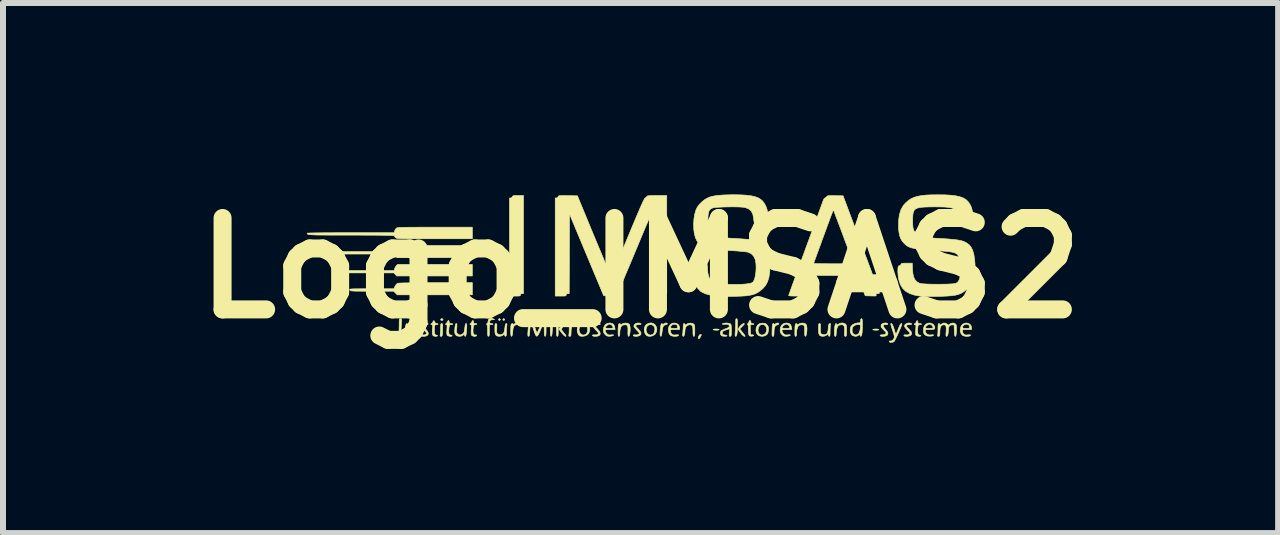
<source format=kicad_pcb>
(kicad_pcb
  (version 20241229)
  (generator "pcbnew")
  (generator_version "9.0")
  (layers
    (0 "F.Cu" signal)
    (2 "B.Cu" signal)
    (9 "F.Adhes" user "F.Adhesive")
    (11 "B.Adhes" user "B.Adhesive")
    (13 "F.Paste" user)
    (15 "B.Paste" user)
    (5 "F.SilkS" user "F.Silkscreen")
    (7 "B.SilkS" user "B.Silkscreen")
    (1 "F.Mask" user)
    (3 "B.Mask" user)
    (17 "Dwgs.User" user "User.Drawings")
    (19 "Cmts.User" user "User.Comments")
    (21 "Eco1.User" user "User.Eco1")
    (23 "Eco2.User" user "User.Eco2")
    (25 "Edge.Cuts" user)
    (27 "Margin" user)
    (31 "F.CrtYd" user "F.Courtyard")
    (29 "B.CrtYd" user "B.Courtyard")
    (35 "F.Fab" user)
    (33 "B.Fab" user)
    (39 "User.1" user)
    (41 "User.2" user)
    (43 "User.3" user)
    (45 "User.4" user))
  (footprint "Logo_IMSAS2"
    (layer "F.Cu")
    (at 7.627 1.418)
    (property "Reference" "Logo_IMSAS2" (at 0 0 0) (layer "F.SilkS") (effects (font (size 1.524 1.524) (thickness 0.3))))
    (attr through_hole)
    (fp_poly (pts (xy -3.296 0.85) (xy -3.292 0.859) (xy -3.3 0.871) (xy -3.312 0.874) (xy -3.329 0.867) (xy -3.332 0.859) (xy -3.324 0.846) (xy -3.312 0.843) (xy -3.296 0.85)) (stroke (width 0.01) (type solid)) (fill yes) (layer "F.SilkS"))
    (fp_poly (pts (xy -2.339 0.851) (xy -2.337 0.859) (xy -2.345 0.872) (xy -2.352 0.874) (xy -2.366 0.866) (xy -2.367 0.859) (xy -2.359 0.845) (xy -2.352 0.843) (xy -2.339 0.851)) (stroke (width 0.01) (type solid)) (fill yes) (layer "F.SilkS"))
    (fp_poly (pts (xy -2.267 0.851) (xy -2.266 0.859) (xy -2.274 0.872) (xy -2.281 0.874) (xy -2.294 0.866) (xy -2.296 0.859) (xy -2.288 0.845) (xy -2.281 0.843) (xy -2.267 0.851)) (stroke (width 0.01) (type solid)) (fill yes) (layer "F.SilkS"))
    (fp_poly (pts (xy -1.465 0.851) (xy -1.463 0.859) (xy -1.471 0.872) (xy -1.478 0.874) (xy -1.492 0.866) (xy -1.494 0.859) (xy -1.485 0.845) (xy -1.478 0.843) (xy -1.465 0.851)) (stroke (width 0.01) (type solid)) (fill yes) (layer "F.SilkS"))
    (fp_poly (pts (xy 1.013 1.111) (xy 1.014 1.115) (xy 0.996 1.15) (xy 0.984 1.17) (xy 0.974 1.178) (xy 0.97 1.179) (xy 0.962 1.174) (xy 0.964 1.157) (xy 0.968 1.143) (xy 0.981 1.116) (xy 0.998 1.107) (xy 1.013 1.111)) (stroke (width 0.01) (type solid)) (fill yes) (layer "F.SilkS"))
    (fp_poly (pts (xy 1.289 1.018) (xy 1.307 1.022) (xy 1.311 1.026) (xy 1.302 1.032) (xy 1.278 1.036) (xy 1.26 1.036) (xy 1.231 1.034) (xy 1.212 1.03) (xy 1.209 1.026) (xy 1.218 1.02) (xy 1.242 1.017) (xy 1.26 1.016) (xy 1.289 1.018)) (stroke (width 0.01) (type solid)) (fill yes) (layer "F.SilkS"))
    (fp_poly (pts (xy 3.951 1.018) (xy 3.969 1.022) (xy 3.973 1.026) (xy 3.963 1.032) (xy 3.94 1.036) (xy 3.922 1.036) (xy 3.893 1.034) (xy 3.874 1.03) (xy 3.871 1.026) (xy 3.88 1.02) (xy 3.903 1.017) (xy 3.922 1.016) (xy 3.951 1.018)) (stroke (width 0.01) (type solid)) (fill yes) (layer "F.SilkS"))
    (fp_poly (pts (xy -1.951 0.427) (xy -1.976 0.427) (xy -1.996 0.431) (xy -2.002 0.447) (xy -2.003 0.457) (xy -2.01 0.463) (xy -2.027 0.466) (xy -2.057 0.467) (xy -2.093 0.467) (xy -2.184 0.467) (xy -2.184 -1.168) (xy -2.163 -1.168) (xy -2.143 -1.177) (xy -2.137 -1.189) (xy -2.132 -1.198) (xy -2.122 -1.205) (xy -2.103 -1.208) (xy -2.071 -1.209) (xy -2.041 -1.209) (xy -1.951 -1.209) (xy -1.951 0.427)) (stroke (width 0.01) (type solid)) (fill yes) (layer "F.SilkS"))
    (fp_poly (pts (xy -1.468 0.926) (xy -1.467 0.938) (xy -1.467 0.965) (xy -1.468 1.003) (xy -1.47 1.034) (xy -1.474 1.084) (xy -1.478 1.117) (xy -1.484 1.134) (xy -1.49 1.138) (xy -1.497 1.133) (xy -1.501 1.117) (xy -1.503 1.087) (xy -1.504 1.039) (xy -1.504 1.036) (xy -1.503 0.988) (xy -1.501 0.956) (xy -1.497 0.938) (xy -1.49 0.929) (xy -1.488 0.928) (xy -1.472 0.925) (xy -1.468 0.926)) (stroke (width 0.01) (type solid)) (fill yes) (layer "F.SilkS"))
    (fp_poly (pts (xy 1.607 0.847) (xy 1.612 0.859) (xy 1.614 0.884) (xy 1.615 0.924) (xy 1.615 0.943) (xy 1.614 1.019) (xy 1.611 1.076) (xy 1.604 1.114) (xy 1.595 1.134) (xy 1.587 1.138) (xy 1.579 1.135) (xy 1.576 1.123) (xy 1.576 1.097) (xy 1.578 1.069) (xy 1.582 1.022) (xy 1.584 0.968) (xy 1.585 0.922) (xy 1.586 0.881) (xy 1.588 0.857) (xy 1.594 0.845) (xy 1.6 0.843) (xy 1.607 0.847)) (stroke (width 0.01) (type solid)) (fill yes) (layer "F.SilkS"))
    (fp_poly (pts (xy -1.366 0.846) (xy -1.362 0.859) (xy -1.363 0.884) (xy -1.365 0.912) (xy -1.368 0.959) (xy -1.371 1.014) (xy -1.372 1.059) (xy -1.372 1.1) (xy -1.375 1.124) (xy -1.381 1.136) (xy -1.387 1.138) (xy -1.394 1.135) (xy -1.398 1.123) (xy -1.401 1.099) (xy -1.402 1.06) (xy -1.402 1.029) (xy -1.401 0.958) (xy -1.398 0.906) (xy -1.393 0.87) (xy -1.385 0.85) (xy -1.375 0.843) (xy -1.374 0.843) (xy -1.366 0.846)) (stroke (width 0.01) (type solid)) (fill yes) (layer "F.SilkS"))
    (fp_poly (pts (xy -3.307 0.926) (xy -3.302 0.934) (xy -3.299 0.952) (xy -3.299 0.982) (xy -3.3 1.03) (xy -3.3 1.031) (xy -3.302 1.079) (xy -3.304 1.11) (xy -3.307 1.127) (xy -3.313 1.136) (xy -3.322 1.138) (xy -3.324 1.138) (xy -3.338 1.135) (xy -3.341 1.123) (xy -3.339 1.106) (xy -3.336 1.08) (xy -3.333 1.042) (xy -3.332 1) (xy -3.332 0.999) (xy -3.332 0.961) (xy -3.329 0.938) (xy -3.324 0.927) (xy -3.315 0.925) (xy -3.315 0.925) (xy -3.307 0.926)) (stroke (width 0.01) (type solid)) (fill yes) (layer "F.SilkS"))
    (fp_poly (pts (xy -1.259 0.928) (xy -1.262 0.938) (xy -1.277 0.959) (xy -1.285 0.969) (xy -1.304 0.994) (xy -1.318 1.014) (xy -1.321 1.021) (xy -1.315 1.032) (xy -1.299 1.054) (xy -1.28 1.077) (xy -1.255 1.107) (xy -1.243 1.126) (xy -1.242 1.135) (xy -1.251 1.138) (xy -1.254 1.138) (xy -1.267 1.13) (xy -1.288 1.11) (xy -1.312 1.082) (xy -1.316 1.077) (xy -1.363 1.015) (xy -1.324 0.971) (xy -1.3 0.946) (xy -1.278 0.93) (xy -1.267 0.926) (xy -1.259 0.928)) (stroke (width 0.01) (type solid)) (fill yes) (layer "F.SilkS"))
    (fp_poly (pts (xy 1.73 0.926) (xy 1.729 0.934) (xy 1.716 0.95) (xy 1.697 0.97) (xy 1.653 1.015) (xy 1.692 1.064) (xy 1.72 1.098) (xy 1.736 1.12) (xy 1.743 1.132) (xy 1.743 1.137) (xy 1.736 1.138) (xy 1.731 1.138) (xy 1.713 1.13) (xy 1.69 1.108) (xy 1.673 1.087) (xy 1.652 1.058) (xy 1.636 1.034) (xy 1.63 1.023) (xy 1.633 1.007) (xy 1.648 0.984) (xy 1.669 0.959) (xy 1.693 0.938) (xy 1.713 0.926) (xy 1.72 0.925) (xy 1.73 0.926)) (stroke (width 0.01) (type solid)) (fill yes) (layer "F.SilkS"))
    (fp_poly (pts (xy -3.991 0.844) (xy -3.985 0.85) (xy -3.983 0.865) (xy -3.984 0.892) (xy -3.986 0.927) (xy -3.989 0.977) (xy -3.992 1.029) (xy -3.993 1.073) (xy -3.993 1.074) (xy -3.993 1.109) (xy -3.996 1.128) (xy -4.003 1.136) (xy -4.015 1.138) (xy -4.028 1.136) (xy -4.033 1.125) (xy -4.03 1.101) (xy -4.03 1.1) (xy -4.027 1.074) (xy -4.025 1.033) (xy -4.024 0.985) (xy -4.023 0.953) (xy -4.023 0.904) (xy -4.022 0.873) (xy -4.019 0.855) (xy -4.014 0.846) (xy -4.006 0.843) (xy -4.002 0.843) (xy -3.991 0.844)) (stroke (width 0.01) (type solid)) (fill yes) (layer "F.SilkS"))
    (fp_poly (pts (xy -2.043 0.925) (xy -2.042 0.93) (xy -2.051 0.942) (xy -2.066 0.945) (xy -2.093 0.952) (xy -2.113 0.973) (xy -2.125 1.01) (xy -2.131 1.062) (xy -2.135 1.104) (xy -2.141 1.128) (xy -2.148 1.138) (xy -2.15 1.138) (xy -2.157 1.133) (xy -2.161 1.117) (xy -2.164 1.086) (xy -2.164 1.047) (xy -2.163 1.005) (xy -2.162 0.969) (xy -2.159 0.945) (xy -2.158 0.941) (xy -2.147 0.928) (xy -2.133 0.925) (xy -2.124 0.932) (xy -2.123 0.935) (xy -2.117 0.938) (xy -2.101 0.93) (xy -2.075 0.917) (xy -2.054 0.916) (xy -2.043 0.925)) (stroke (width 0.01) (type solid)) (fill yes) (layer "F.SilkS"))
    (fp_poly (pts (xy 0.446 0.925) (xy 0.447 0.93) (xy 0.438 0.942) (xy 0.423 0.945) (xy 0.398 0.951) (xy 0.379 0.97) (xy 0.367 1.004) (xy 0.36 1.057) (xy 0.359 1.06) (xy 0.354 1.103) (xy 0.348 1.129) (xy 0.34 1.138) (xy 0.339 1.138) (xy 0.329 1.128) (xy 0.325 1.1) (xy 0.325 1.1) (xy 0.327 1.047) (xy 0.331 0.999) (xy 0.337 0.96) (xy 0.344 0.934) (xy 0.352 0.925) (xy 0.352 0.925) (xy 0.365 0.931) (xy 0.366 0.935) (xy 0.373 0.938) (xy 0.388 0.93) (xy 0.414 0.917) (xy 0.435 0.916) (xy 0.446 0.925)) (stroke (width 0.01) (type solid)) (fill yes) (layer "F.SilkS"))
    (fp_poly (pts (xy 2.306 0.925) (xy 2.306 0.929) (xy 2.297 0.941) (xy 2.279 0.947) (xy 2.254 0.957) (xy 2.237 0.981) (xy 2.228 1.021) (xy 2.225 1.069) (xy 2.224 1.106) (xy 2.221 1.127) (xy 2.215 1.136) (xy 2.207 1.138) (xy 2.199 1.136) (xy 2.194 1.128) (xy 2.192 1.111) (xy 2.192 1.08) (xy 2.193 1.033) (xy 2.193 1.031) (xy 2.195 0.982) (xy 2.198 0.95) (xy 2.202 0.932) (xy 2.208 0.925) (xy 2.21 0.925) (xy 2.224 0.931) (xy 2.225 0.935) (xy 2.232 0.938) (xy 2.248 0.93) (xy 2.273 0.917) (xy 2.294 0.916) (xy 2.306 0.925)) (stroke (width 0.01) (type solid)) (fill yes) (layer "F.SilkS"))
    (fp_poly (pts (xy -1.078 0.925) (xy -1.077 0.93) (xy -1.086 0.942) (xy -1.102 0.945) (xy -1.128 0.952) (xy -1.146 0.974) (xy -1.155 1.013) (xy -1.158 1.064) (xy -1.159 1.102) (xy -1.161 1.124) (xy -1.166 1.135) (xy -1.176 1.138) (xy -1.18 1.138) (xy -1.195 1.134) (xy -1.196 1.119) (xy -1.195 1.115) (xy -1.192 1.094) (xy -1.19 1.06) (xy -1.189 1.018) (xy -1.189 1.008) (xy -1.188 0.966) (xy -1.186 0.94) (xy -1.181 0.928) (xy -1.173 0.925) (xy -1.16 0.93) (xy -1.158 0.935) (xy -1.151 0.938) (xy -1.136 0.93) (xy -1.11 0.917) (xy -1.089 0.916) (xy -1.078 0.925)) (stroke (width 0.01) (type solid)) (fill yes) (layer "F.SilkS"))
    (fp_poly (pts (xy 1.836 0.883) (xy 1.839 0.899) (xy 1.843 0.918) (xy 1.86 0.924) (xy 1.864 0.925) (xy 1.883 0.928) (xy 1.89 0.935) (xy 1.881 0.942) (xy 1.86 0.945) (xy 1.859 0.945) (xy 1.828 0.945) (xy 1.834 1.113) (xy 1.862 1.112) (xy 1.881 1.115) (xy 1.887 1.122) (xy 1.874 1.132) (xy 1.851 1.136) (xy 1.827 1.134) (xy 1.811 1.126) (xy 1.804 1.108) (xy 1.799 1.072) (xy 1.798 1.03) (xy 1.797 0.982) (xy 1.793 0.952) (xy 1.786 0.941) (xy 1.78 0.934) (xy 1.791 0.925) (xy 1.805 0.906) (xy 1.808 0.894) (xy 1.815 0.877) (xy 1.824 0.874) (xy 1.836 0.883)) (stroke (width 0.01) (type solid)) (fill yes) (layer "F.SilkS"))
    (fp_poly (pts (xy -2.804 0.132) (xy -4.065 0.132) (xy -4.112 0.081) (xy -4.584 0.081) (xy -4.695 0.081) (xy -4.786 0.081) (xy -4.861 0.081) (xy -4.921 0.08) (xy -4.968 0.079) (xy -5.003 0.078) (xy -5.029 0.076) (xy -5.047 0.074) (xy -5.059 0.071) (xy -5.067 0.068) (xy -5.073 0.063) (xy -5.075 0.061) (xy -5.079 0.056) (xy -5.08 0.052) (xy -5.078 0.049) (xy -5.07 0.047) (xy -5.054 0.045) (xy -5.03 0.043) (xy -4.995 0.042) (xy -4.948 0.041) (xy -4.887 0.041) (xy -4.811 0.041) (xy -4.718 0.041) (xy -4.607 0.041) (xy -4.107 0.041) (xy -4.1 0.013) (xy -4.088 -0.016) (xy -4.072 -0.038) (xy -4.05 -0.061) (xy -2.804 -0.061) (xy -2.804 0.132)) (stroke (width 0.01) (type solid)) (fill yes) (layer "F.SilkS"))
    (fp_poly (pts (xy -3.549 0.922) (xy -3.538 0.931) (xy -3.545 0.939) (xy -3.57 0.942) (xy -3.571 0.942) (xy -3.603 0.945) (xy -3.617 0.955) (xy -3.613 0.975) (xy -3.593 1.005) (xy -3.581 1.018) (xy -3.551 1.054) (xy -3.538 1.083) (xy -3.54 1.107) (xy -3.552 1.122) (xy -3.57 1.132) (xy -3.597 1.137) (xy -3.627 1.138) (xy -3.652 1.135) (xy -3.667 1.127) (xy -3.668 1.123) (xy -3.662 1.114) (xy -3.644 1.113) (xy -3.632 1.114) (xy -3.6 1.114) (xy -3.577 1.104) (xy -3.566 1.087) (xy -3.566 1.085) (xy -3.573 1.073) (xy -3.591 1.053) (xy -3.612 1.031) (xy -3.636 1.004) (xy -3.653 0.98) (xy -3.658 0.966) (xy -3.648 0.943) (xy -3.625 0.926) (xy -3.594 0.916) (xy -3.575 0.916) (xy -3.549 0.922)) (stroke (width 0.01) (type solid)) (fill yes) (layer "F.SilkS"))
    (fp_poly (pts (xy -2.461 0.844) (xy -2.433 0.858) (xy -2.47 0.861) (xy -2.498 0.867) (xy -2.511 0.881) (xy -2.513 0.886) (xy -2.515 0.911) (xy -2.502 0.923) (xy -2.484 0.925) (xy -2.465 0.928) (xy -2.459 0.935) (xy -2.468 0.942) (xy -2.489 0.945) (xy -2.489 0.945) (xy -2.52 0.945) (xy -2.52 1.041) (xy -2.52 1.087) (xy -2.522 1.117) (xy -2.526 1.132) (xy -2.533 1.138) (xy -2.535 1.138) (xy -2.542 1.134) (xy -2.547 1.122) (xy -2.549 1.096) (xy -2.55 1.055) (xy -2.55 1.042) (xy -2.551 0.991) (xy -2.555 0.959) (xy -2.561 0.943) (xy -2.563 0.941) (xy -2.568 0.934) (xy -2.558 0.925) (xy -2.544 0.906) (xy -2.54 0.883) (xy -2.532 0.855) (xy -2.511 0.838) (xy -2.481 0.837) (xy -2.461 0.844)) (stroke (width 0.01) (type solid)) (fill yes) (layer "F.SilkS"))
    (fp_poly (pts (xy -0.904 0.923) (xy -0.874 0.946) (xy -0.854 0.979) (xy -0.846 1.018) (xy -0.85 1.058) (xy -0.869 1.095) (xy -0.885 1.112) (xy -0.92 1.13) (xy -0.964 1.138) (xy -1.005 1.134) (xy -1.014 1.131) (xy -1.031 1.115) (xy -1.046 1.086) (xy -1.055 1.051) (xy -1.057 1.031) (xy -1.055 1.023) (xy -1.026 1.023) (xy -1.021 1.06) (xy -1.005 1.091) (xy -0.98 1.111) (xy -0.949 1.117) (xy -0.914 1.107) (xy -0.896 1.087) (xy -0.884 1.055) (xy -0.88 1.019) (xy -0.885 0.988) (xy -0.904 0.959) (xy -0.932 0.943) (xy -0.964 0.942) (xy -0.994 0.955) (xy -1.015 0.982) (xy -1.026 1.023) (xy -1.055 1.023) (xy -1.048 0.983) (xy -1.024 0.945) (xy -0.987 0.922) (xy -0.943 0.914) (xy -0.904 0.923)) (stroke (width 0.01) (type solid)) (fill yes) (layer "F.SilkS"))
    (fp_poly (pts (xy 4.095 0.916) (xy 4.115 0.923) (xy 4.123 0.934) (xy 4.118 0.942) (xy 4.103 0.944) (xy 4.066 0.944) (xy 4.047 0.951) (xy 4.046 0.968) (xy 4.061 0.995) (xy 4.084 1.022) (xy 4.113 1.058) (xy 4.124 1.087) (xy 4.118 1.11) (xy 4.109 1.122) (xy 4.091 1.131) (xy 4.064 1.137) (xy 4.034 1.138) (xy 4.009 1.136) (xy 3.994 1.128) (xy 3.993 1.124) (xy 4.002 1.115) (xy 4.028 1.112) (xy 4.035 1.112) (xy 4.068 1.109) (xy 4.086 1.097) (xy 4.088 1.094) (xy 4.093 1.081) (xy 4.087 1.067) (xy 4.067 1.046) (xy 4.062 1.041) (xy 4.038 1.017) (xy 4.019 0.994) (xy 4.013 0.986) (xy 4.008 0.959) (xy 4.019 0.936) (xy 4.044 0.921) (xy 4.079 0.915) (xy 4.095 0.916)) (stroke (width 0.01) (type solid)) (fill yes) (layer "F.SilkS"))
    (fp_poly (pts (xy -2.804 0.447) (xy -4.055 0.447) (xy -4.116 0.386) (xy -4.476 0.386) (xy -4.571 0.386) (xy -4.648 0.386) (xy -4.708 0.385) (xy -4.754 0.385) (xy -4.788 0.383) (xy -4.812 0.381) (xy -4.828 0.379) (xy -4.837 0.375) (xy -4.843 0.371) (xy -4.846 0.366) (xy -4.849 0.36) (xy -4.848 0.356) (xy -4.844 0.353) (xy -4.833 0.35) (xy -4.813 0.348) (xy -4.784 0.347) (xy -4.742 0.346) (xy -4.686 0.346) (xy -4.615 0.345) (xy -4.526 0.345) (xy -4.483 0.345) (xy -4.11 0.345) (xy -4.093 0.305) (xy -4.072 0.271) (xy -4.049 0.254) (xy -4.033 0.252) (xy -3.997 0.25) (xy -3.942 0.248) (xy -3.87 0.247) (xy -3.781 0.245) (xy -3.675 0.245) (xy -3.554 0.244) (xy -3.419 0.244) (xy -2.804 0.244) (xy -2.804 0.447)) (stroke (width 0.01) (type solid)) (fill yes) (layer "F.SilkS"))
    (fp_poly (pts (xy -0.014 0.918) (xy -0.006 0.921) (xy 0.009 0.93) (xy 0.006 0.939) (xy -0.013 0.943) (xy -0.024 0.943) (xy -0.058 0.946) (xy -0.078 0.956) (xy -0.081 0.965) (xy -0.075 0.977) (xy -0.057 0.997) (xy -0.036 1.019) (xy -0.005 1.054) (xy 0.008 1.082) (xy 0.005 1.105) (xy -0.008 1.121) (xy -0.028 1.131) (xy -0.056 1.137) (xy -0.085 1.138) (xy -0.109 1.135) (xy -0.121 1.126) (xy -0.122 1.123) (xy -0.117 1.114) (xy -0.098 1.113) (xy -0.086 1.114) (xy -0.055 1.114) (xy -0.031 1.104) (xy -0.02 1.087) (xy -0.02 1.085) (xy -0.027 1.074) (xy -0.045 1.054) (xy -0.066 1.032) (xy -0.09 1.005) (xy -0.107 0.981) (xy -0.112 0.967) (xy -0.103 0.943) (xy -0.08 0.925) (xy -0.048 0.916) (xy -0.014 0.918)) (stroke (width 0.01) (type solid)) (fill yes) (layer "F.SilkS"))
    (fp_poly (pts (xy 0.213 0.923) (xy 0.243 0.946) (xy 0.263 0.979) (xy 0.272 1.018) (xy 0.267 1.058) (xy 0.249 1.095) (xy 0.233 1.112) (xy 0.2 1.13) (xy 0.161 1.138) (xy 0.124 1.135) (xy 0.101 1.125) (xy 0.076 1.094) (xy 0.063 1.052) (xy 0.063 1.022) (xy 0.092 1.022) (xy 0.096 1.06) (xy 0.112 1.09) (xy 0.137 1.111) (xy 0.169 1.117) (xy 0.204 1.107) (xy 0.222 1.088) (xy 0.234 1.056) (xy 0.239 1.02) (xy 0.235 0.988) (xy 0.233 0.985) (xy 0.213 0.958) (xy 0.184 0.945) (xy 0.151 0.944) (xy 0.122 0.958) (xy 0.103 0.981) (xy 0.092 1.022) (xy 0.063 1.022) (xy 0.063 1.006) (xy 0.076 0.966) (xy 0.099 0.94) (xy 0.135 0.922) (xy 0.174 0.914) (xy 0.175 0.914) (xy 0.213 0.923)) (stroke (width 0.01) (type solid)) (fill yes) (layer "F.SilkS"))
    (fp_poly (pts (xy 4.497 0.918) (xy 4.505 0.921) (xy 4.52 0.93) (xy 4.517 0.939) (xy 4.498 0.943) (xy 4.487 0.943) (xy 4.453 0.946) (xy 4.433 0.956) (xy 4.43 0.965) (xy 4.436 0.977) (xy 4.454 0.997) (xy 4.475 1.019) (xy 4.506 1.054) (xy 4.519 1.082) (xy 4.516 1.105) (xy 4.503 1.121) (xy 4.483 1.131) (xy 4.455 1.137) (xy 4.426 1.138) (xy 4.402 1.135) (xy 4.39 1.126) (xy 4.389 1.123) (xy 4.394 1.114) (xy 4.413 1.113) (xy 4.425 1.114) (xy 4.456 1.114) (xy 4.48 1.104) (xy 4.491 1.087) (xy 4.491 1.085) (xy 4.484 1.074) (xy 4.466 1.054) (xy 4.445 1.032) (xy 4.421 1.005) (xy 4.404 0.981) (xy 4.399 0.967) (xy 4.408 0.943) (xy 4.431 0.925) (xy 4.463 0.916) (xy 4.497 0.918)) (stroke (width 0.01) (type solid)) (fill yes) (layer "F.SilkS"))
    (fp_poly (pts (xy -0.695 0.918) (xy -0.687 0.921) (xy -0.672 0.931) (xy -0.674 0.941) (xy -0.69 0.942) (xy -0.692 0.942) (xy -0.715 0.941) (xy -0.739 0.946) (xy -0.757 0.955) (xy -0.762 0.963) (xy -0.755 0.974) (xy -0.738 0.995) (xy -0.716 1.018) (xy -0.686 1.054) (xy -0.672 1.083) (xy -0.675 1.107) (xy -0.687 1.122) (xy -0.705 1.132) (xy -0.732 1.137) (xy -0.762 1.138) (xy -0.787 1.135) (xy -0.801 1.127) (xy -0.803 1.123) (xy -0.797 1.114) (xy -0.779 1.113) (xy -0.767 1.114) (xy -0.735 1.114) (xy -0.711 1.104) (xy -0.701 1.087) (xy -0.701 1.085) (xy -0.708 1.073) (xy -0.726 1.053) (xy -0.747 1.031) (xy -0.771 1.004) (xy -0.787 0.98) (xy -0.792 0.966) (xy -0.783 0.942) (xy -0.76 0.925) (xy -0.729 0.916) (xy -0.695 0.918)) (stroke (width 0.01) (type solid)) (fill yes) (layer "F.SilkS"))
    (fp_poly (pts (xy -3.434 0.888) (xy -3.432 0.896) (xy -3.423 0.915) (xy -3.401 0.923) (xy -3.378 0.929) (xy -3.375 0.938) (xy -3.389 0.944) (xy -3.402 0.945) (xy -3.418 0.946) (xy -3.427 0.951) (xy -3.432 0.966) (xy -3.435 0.995) (xy -3.436 1.013) (xy -3.438 1.063) (xy -3.432 1.096) (xy -3.42 1.113) (xy -3.403 1.118) (xy -3.387 1.122) (xy -3.383 1.128) (xy -3.392 1.135) (xy -3.414 1.138) (xy -3.418 1.138) (xy -3.449 1.133) (xy -3.465 1.117) (xy -3.47 1.093) (xy -3.471 1.053) (xy -3.469 1.021) (xy -3.466 0.982) (xy -3.466 0.959) (xy -3.469 0.948) (xy -3.477 0.945) (xy -3.478 0.945) (xy -3.493 0.94) (xy -3.495 0.935) (xy -3.487 0.926) (xy -3.481 0.925) (xy -3.468 0.916) (xy -3.463 0.902) (xy -3.455 0.882) (xy -3.444 0.877) (xy -3.434 0.888)) (stroke (width 0.01) (type solid)) (fill yes) (layer "F.SilkS"))
    (fp_poly (pts (xy -2.786 0.882) (xy -2.784 0.899) (xy -2.781 0.917) (xy -2.767 0.924) (xy -2.753 0.925) (xy -2.732 0.927) (xy -2.728 0.934) (xy -2.728 0.935) (xy -2.742 0.943) (xy -2.758 0.945) (xy -2.774 0.949) (xy -2.783 0.964) (xy -2.787 0.983) (xy -2.793 1.038) (xy -2.791 1.08) (xy -2.78 1.106) (xy -2.762 1.116) (xy -2.748 1.114) (xy -2.735 1.115) (xy -2.733 1.123) (xy -2.741 1.134) (xy -2.762 1.138) (xy -2.786 1.136) (xy -2.808 1.128) (xy -2.815 1.122) (xy -2.821 1.105) (xy -2.824 1.073) (xy -2.822 1.026) (xy -2.82 0.984) (xy -2.82 0.96) (xy -2.824 0.948) (xy -2.831 0.945) (xy -2.843 0.939) (xy -2.845 0.935) (xy -2.837 0.925) (xy -2.834 0.925) (xy -2.823 0.916) (xy -2.814 0.899) (xy -2.804 0.88) (xy -2.794 0.874) (xy -2.786 0.882)) (stroke (width 0.01) (type solid)) (fill yes) (layer "F.SilkS"))
    (fp_poly (pts (xy 2.067 0.921) (xy 2.089 0.929) (xy 2.108 0.947) (xy 2.11 0.949) (xy 2.125 0.97) (xy 2.132 0.991) (xy 2.132 1.02) (xy 2.131 1.035) (xy 2.126 1.072) (xy 2.116 1.096) (xy 2.099 1.114) (xy 2.063 1.133) (xy 2.02 1.138) (xy 1.978 1.129) (xy 1.958 1.117) (xy 1.933 1.086) (xy 1.923 1.045) (xy 1.924 1.04) (xy 1.958 1.04) (xy 1.966 1.078) (xy 1.986 1.104) (xy 2.015 1.117) (xy 2.048 1.113) (xy 2.078 1.093) (xy 2.098 1.061) (xy 2.104 1.024) (xy 2.097 0.988) (xy 2.079 0.959) (xy 2.057 0.945) (xy 2.021 0.94) (xy 1.991 0.953) (xy 1.97 0.981) (xy 1.959 1.023) (xy 1.958 1.04) (xy 1.924 1.04) (xy 1.928 0.999) (xy 1.93 0.992) (xy 1.949 0.953) (xy 1.978 0.929) (xy 2.019 0.92) (xy 2.034 0.919) (xy 2.067 0.921)) (stroke (width 0.01) (type solid)) (fill yes) (layer "F.SilkS"))
    (fp_poly (pts (xy -3.783 0.918) (xy -3.753 0.926) (xy -3.734 0.941) (xy -3.723 0.967) (xy -3.719 1.007) (xy -3.719 1.032) (xy -3.72 1.082) (xy -3.724 1.114) (xy -3.731 1.132) (xy -3.742 1.138) (xy -3.745 1.138) (xy -3.752 1.134) (xy -3.755 1.119) (xy -3.755 1.091) (xy -3.752 1.059) (xy -3.751 1.008) (xy -3.757 0.974) (xy -3.77 0.954) (xy -3.794 0.946) (xy -3.806 0.945) (xy -3.842 0.952) (xy -3.868 0.976) (xy -3.884 1.015) (xy -3.891 1.072) (xy -3.891 1.09) (xy -3.893 1.121) (xy -3.899 1.135) (xy -3.907 1.138) (xy -3.915 1.134) (xy -3.919 1.119) (xy -3.921 1.091) (xy -3.922 1.063) (xy -3.92 1) (xy -3.915 0.956) (xy -3.905 0.931) (xy -3.895 0.925) (xy -3.883 0.933) (xy -3.881 0.94) (xy -3.878 0.948) (xy -3.866 0.944) (xy -3.851 0.934) (xy -3.824 0.918) (xy -3.793 0.916) (xy -3.783 0.918)) (stroke (width 0.01) (type solid)) (fill yes) (layer "F.SilkS"))
    (fp_poly (pts (xy -3.193 0.882) (xy -3.19 0.899) (xy -3.187 0.917) (xy -3.173 0.924) (xy -3.16 0.925) (xy -3.138 0.928) (xy -3.129 0.935) (xy -3.129 0.935) (xy -3.138 0.942) (xy -3.159 0.945) (xy -3.174 0.946) (xy -3.184 0.951) (xy -3.189 0.966) (xy -3.193 0.994) (xy -3.195 1.016) (xy -3.198 1.064) (xy -3.193 1.096) (xy -3.18 1.112) (xy -3.159 1.118) (xy -3.159 1.118) (xy -3.143 1.122) (xy -3.139 1.128) (xy -3.148 1.136) (xy -3.168 1.138) (xy -3.193 1.135) (xy -3.214 1.128) (xy -3.221 1.122) (xy -3.228 1.106) (xy -3.23 1.076) (xy -3.228 1.03) (xy -3.228 1.026) (xy -3.225 0.985) (xy -3.225 0.96) (xy -3.229 0.948) (xy -3.236 0.945) (xy -3.25 0.939) (xy -3.251 0.935) (xy -3.243 0.925) (xy -3.241 0.925) (xy -3.23 0.916) (xy -3.221 0.899) (xy -3.21 0.88) (xy -3.201 0.874) (xy -3.193 0.882)) (stroke (width 0.01) (type solid)) (fill yes) (layer "F.SilkS"))
    (fp_poly (pts (xy 4.621 0.886) (xy 4.623 0.898) (xy 4.626 0.917) (xy 4.639 0.924) (xy 4.653 0.925) (xy 4.675 0.928) (xy 4.684 0.935) (xy 4.684 0.935) (xy 4.675 0.942) (xy 4.655 0.945) (xy 4.639 0.946) (xy 4.63 0.952) (xy 4.625 0.967) (xy 4.621 0.997) (xy 4.619 1.012) (xy 4.618 1.063) (xy 4.624 1.097) (xy 4.638 1.114) (xy 4.654 1.118) (xy 4.67 1.122) (xy 4.674 1.128) (xy 4.665 1.135) (xy 4.645 1.138) (xy 4.62 1.135) (xy 4.6 1.128) (xy 4.592 1.123) (xy 4.586 1.107) (xy 4.584 1.078) (xy 4.586 1.034) (xy 4.587 1.026) (xy 4.59 0.985) (xy 4.59 0.961) (xy 4.587 0.949) (xy 4.58 0.945) (xy 4.578 0.945) (xy 4.564 0.94) (xy 4.562 0.935) (xy 4.57 0.926) (xy 4.576 0.925) (xy 4.589 0.916) (xy 4.594 0.902) (xy 4.602 0.882) (xy 4.613 0.876) (xy 4.621 0.886)) (stroke (width 0.01) (type solid)) (fill yes) (layer "F.SilkS"))
    (fp_poly (pts (xy -2.804 -0.173) (xy -4.055 -0.173) (xy -4.116 -0.234) (xy -4.71 -0.234) (xy -4.834 -0.234) (xy -4.94 -0.234) (xy -5.029 -0.234) (xy -5.102 -0.234) (xy -5.161 -0.235) (xy -5.207 -0.236) (xy -5.243 -0.237) (xy -5.269 -0.239) (xy -5.287 -0.241) (xy -5.299 -0.243) (xy -5.307 -0.246) (xy -5.311 -0.25) (xy -5.314 -0.254) (xy -5.316 -0.258) (xy -5.316 -0.262) (xy -5.312 -0.265) (xy -5.304 -0.267) (xy -5.289 -0.269) (xy -5.266 -0.271) (xy -5.234 -0.272) (xy -5.191 -0.273) (xy -5.136 -0.274) (xy -5.066 -0.274) (xy -4.982 -0.274) (xy -4.88 -0.274) (xy -4.76 -0.274) (xy -4.717 -0.274) (xy -4.11 -0.275) (xy -4.093 -0.315) (xy -4.072 -0.349) (xy -4.049 -0.366) (xy -4.033 -0.368) (xy -3.997 -0.37) (xy -3.942 -0.372) (xy -3.87 -0.373) (xy -3.781 -0.374) (xy -3.675 -0.375) (xy -3.554 -0.376) (xy -3.419 -0.376) (xy -2.804 -0.376) (xy -2.804 -0.173)) (stroke (width 0.01) (type solid)) (fill yes) (layer "F.SilkS"))
    (fp_poly (pts (xy -2.902 0.927) (xy -2.898 0.938) (xy -2.896 0.959) (xy -2.897 0.994) (xy -2.901 1.046) (xy -2.902 1.06) (xy -2.907 1.104) (xy -2.913 1.129) (xy -2.921 1.138) (xy -2.922 1.138) (xy -2.934 1.129) (xy -2.936 1.118) (xy -2.936 1.097) (xy -2.957 1.118) (xy -2.988 1.135) (xy -3.018 1.138) (xy -3.059 1.131) (xy -3.078 1.118) (xy -3.091 1.101) (xy -3.097 1.077) (xy -3.098 1.043) (xy -3.094 0.994) (xy -3.092 0.978) (xy -3.086 0.943) (xy -3.076 0.926) (xy -3.071 0.925) (xy -3.064 0.928) (xy -3.06 0.94) (xy -3.061 0.966) (xy -3.063 1) (xy -3.067 1.039) (xy -3.066 1.064) (xy -3.062 1.081) (xy -3.052 1.094) (xy -3.049 1.096) (xy -3.021 1.115) (xy -2.991 1.113) (xy -2.962 1.095) (xy -2.947 1.079) (xy -2.938 1.06) (xy -2.933 1.031) (xy -2.929 0.998) (xy -2.924 0.956) (xy -2.918 0.932) (xy -2.91 0.925) (xy -2.909 0.925) (xy -2.902 0.927)) (stroke (width 0.01) (type solid)) (fill yes) (layer "F.SilkS"))
    (fp_poly (pts (xy 3.411 0.93) (xy 3.411 0.93) (xy 3.422 0.939) (xy 3.429 0.952) (xy 3.432 0.972) (xy 3.434 1.004) (xy 3.434 1.042) (xy 3.434 1.087) (xy 3.432 1.115) (xy 3.429 1.131) (xy 3.422 1.137) (xy 3.415 1.138) (xy 3.406 1.136) (xy 3.401 1.128) (xy 3.399 1.108) (xy 3.401 1.074) (xy 3.401 1.063) (xy 3.402 1.011) (xy 3.397 0.976) (xy 3.385 0.955) (xy 3.364 0.946) (xy 3.349 0.945) (xy 3.32 0.949) (xy 3.298 0.958) (xy 3.283 0.979) (xy 3.271 1.016) (xy 3.263 1.063) (xy 3.262 1.095) (xy 3.259 1.124) (xy 3.252 1.137) (xy 3.246 1.138) (xy 3.237 1.133) (xy 3.232 1.115) (xy 3.231 1.085) (xy 3.233 1.028) (xy 3.237 0.98) (xy 3.244 0.946) (xy 3.253 0.927) (xy 3.258 0.925) (xy 3.27 0.933) (xy 3.272 0.941) (xy 3.274 0.949) (xy 3.285 0.946) (xy 3.298 0.935) (xy 3.335 0.918) (xy 3.375 0.916) (xy 3.411 0.93)) (stroke (width 0.01) (type solid)) (fill yes) (layer "F.SilkS"))
    (fp_poly (pts (xy 4.198 0.942) (xy 4.214 0.979) (xy 4.227 1.019) (xy 4.238 1.057) (xy 4.248 1.086) (xy 4.256 1.101) (xy 4.257 1.102) (xy 4.264 1.091) (xy 4.275 1.066) (xy 4.29 1.031) (xy 4.298 1.011) (xy 4.316 0.966) (xy 4.331 0.939) (xy 4.343 0.926) (xy 4.349 0.925) (xy 4.355 0.927) (xy 4.356 0.937) (xy 4.35 0.956) (xy 4.339 0.987) (xy 4.319 1.033) (xy 4.306 1.064) (xy 4.283 1.115) (xy 4.262 1.16) (xy 4.244 1.195) (xy 4.232 1.217) (xy 4.229 1.222) (xy 4.21 1.234) (xy 4.186 1.239) (xy 4.162 1.238) (xy 4.147 1.231) (xy 4.145 1.225) (xy 4.152 1.214) (xy 4.16 1.215) (xy 4.184 1.215) (xy 4.208 1.198) (xy 4.225 1.171) (xy 4.23 1.156) (xy 4.23 1.138) (xy 4.225 1.112) (xy 4.214 1.075) (xy 4.201 1.037) (xy 4.187 0.994) (xy 4.177 0.959) (xy 4.171 0.935) (xy 4.17 0.927) (xy 4.183 0.924) (xy 4.198 0.942)) (stroke (width 0.01) (type solid)) (fill yes) (layer "F.SilkS"))
    (fp_poly (pts (xy -0.222 0.919) (xy -0.194 0.932) (xy -0.183 0.945) (xy -0.176 0.969) (xy -0.173 1.002) (xy -0.173 1.041) (xy -0.177 1.079) (xy -0.183 1.111) (xy -0.191 1.132) (xy -0.199 1.138) (xy -0.206 1.133) (xy -0.209 1.115) (xy -0.211 1.082) (xy -0.21 1.051) (xy -0.21 1.003) (xy -0.214 0.972) (xy -0.225 0.954) (xy -0.243 0.947) (xy -0.271 0.947) (xy -0.274 0.947) (xy -0.301 0.953) (xy -0.318 0.968) (xy -0.328 0.986) (xy -0.34 1.023) (xy -0.345 1.07) (xy -0.345 1.079) (xy -0.347 1.114) (xy -0.351 1.132) (xy -0.36 1.138) (xy -0.361 1.138) (xy -0.368 1.135) (xy -0.372 1.124) (xy -0.374 1.102) (xy -0.374 1.065) (xy -0.374 1.034) (xy -0.372 0.986) (xy -0.369 0.955) (xy -0.365 0.937) (xy -0.359 0.929) (xy -0.353 0.926) (xy -0.338 0.93) (xy -0.335 0.94) (xy -0.334 0.951) (xy -0.325 0.946) (xy -0.32 0.941) (xy -0.292 0.924) (xy -0.257 0.917) (xy -0.222 0.919)) (stroke (width 0.01) (type solid)) (fill yes) (layer "F.SilkS"))
    (fp_poly (pts (xy 0.868 0.923) (xy 0.879 0.929) (xy 0.891 0.938) (xy 0.898 0.949) (xy 0.902 0.966) (xy 0.904 0.995) (xy 0.904 1.039) (xy 0.904 1.042) (xy 0.904 1.088) (xy 0.902 1.117) (xy 0.898 1.132) (xy 0.891 1.138) (xy 0.889 1.138) (xy 0.881 1.134) (xy 0.877 1.121) (xy 0.874 1.094) (xy 0.874 1.054) (xy 0.872 1.005) (xy 0.868 0.973) (xy 0.857 0.955) (xy 0.839 0.947) (xy 0.817 0.945) (xy 0.783 0.954) (xy 0.757 0.979) (xy 0.743 1.014) (xy 0.742 1.03) (xy 0.739 1.076) (xy 0.732 1.112) (xy 0.722 1.133) (xy 0.714 1.138) (xy 0.705 1.135) (xy 0.702 1.122) (xy 0.703 1.096) (xy 0.705 1.075) (xy 0.708 1.033) (xy 0.711 0.991) (xy 0.711 0.969) (xy 0.713 0.939) (xy 0.721 0.926) (xy 0.726 0.925) (xy 0.74 0.933) (xy 0.742 0.941) (xy 0.743 0.952) (xy 0.751 0.949) (xy 0.761 0.941) (xy 0.793 0.923) (xy 0.832 0.917) (xy 0.868 0.923)) (stroke (width 0.01) (type solid)) (fill yes) (layer "F.SilkS"))
    (fp_poly (pts (xy 2.724 0.919) (xy 2.752 0.932) (xy 2.763 0.945) (xy 2.77 0.969) (xy 2.774 1.002) (xy 2.773 1.041) (xy 2.77 1.079) (xy 2.764 1.111) (xy 2.755 1.132) (xy 2.748 1.138) (xy 2.741 1.133) (xy 2.737 1.115) (xy 2.736 1.082) (xy 2.736 1.051) (xy 2.736 1.003) (xy 2.732 0.972) (xy 2.722 0.954) (xy 2.703 0.947) (xy 2.675 0.947) (xy 2.672 0.947) (xy 2.646 0.953) (xy 2.629 0.968) (xy 2.619 0.986) (xy 2.607 1.023) (xy 2.601 1.07) (xy 2.601 1.079) (xy 2.6 1.114) (xy 2.595 1.132) (xy 2.587 1.138) (xy 2.585 1.138) (xy 2.578 1.135) (xy 2.574 1.124) (xy 2.572 1.102) (xy 2.572 1.065) (xy 2.573 1.034) (xy 2.574 0.986) (xy 2.577 0.955) (xy 2.581 0.937) (xy 2.587 0.929) (xy 2.593 0.926) (xy 2.608 0.93) (xy 2.611 0.94) (xy 2.613 0.951) (xy 2.621 0.946) (xy 2.626 0.941) (xy 2.655 0.924) (xy 2.69 0.917) (xy 2.724 0.919)) (stroke (width 0.01) (type solid)) (fill yes) (layer "F.SilkS"))
    (fp_poly (pts (xy -2.228 0.929) (xy -2.226 0.944) (xy -2.229 0.963) (xy -2.232 0.993) (xy -2.234 1.035) (xy -2.235 1.069) (xy -2.236 1.107) (xy -2.24 1.129) (xy -2.246 1.137) (xy -2.25 1.138) (xy -2.263 1.129) (xy -2.266 1.116) (xy -2.266 1.094) (xy -2.289 1.116) (xy -2.318 1.132) (xy -2.354 1.138) (xy -2.388 1.134) (xy -2.411 1.119) (xy -2.42 1.104) (xy -2.426 1.08) (xy -2.428 1.042) (xy -2.428 1.013) (xy -2.428 0.97) (xy -2.426 0.944) (xy -2.422 0.93) (xy -2.415 0.925) (xy -2.41 0.925) (xy -2.402 0.927) (xy -2.397 0.936) (xy -2.395 0.956) (xy -2.396 0.991) (xy -2.396 1.005) (xy -2.398 1.045) (xy -2.397 1.071) (xy -2.392 1.086) (xy -2.383 1.096) (xy -2.374 1.102) (xy -2.342 1.113) (xy -2.309 1.107) (xy -2.283 1.086) (xy -2.281 1.083) (xy -2.273 1.062) (xy -2.266 1.028) (xy -2.261 0.993) (xy -2.256 0.955) (xy -2.249 0.933) (xy -2.241 0.925) (xy -2.238 0.925) (xy -2.228 0.929)) (stroke (width 0.01) (type solid)) (fill yes) (layer "F.SilkS"))
    (fp_poly (pts (xy 2.993 0.927) (xy 2.998 0.936) (xy 3 0.956) (xy 2.999 0.992) (xy 2.999 1.005) (xy 2.998 1.046) (xy 2.999 1.071) (xy 3.004 1.086) (xy 3.013 1.097) (xy 3.021 1.102) (xy 3.053 1.113) (xy 3.087 1.107) (xy 3.111 1.09) (xy 3.118 1.072) (xy 3.125 1.041) (xy 3.129 1.003) (xy 3.129 1.002) (xy 3.133 0.963) (xy 3.138 0.941) (xy 3.145 0.93) (xy 3.154 0.926) (xy 3.167 0.927) (xy 3.168 0.94) (xy 3.166 0.946) (xy 3.163 0.968) (xy 3.161 1.002) (xy 3.16 1.044) (xy 3.16 1.054) (xy 3.159 1.097) (xy 3.157 1.122) (xy 3.152 1.135) (xy 3.145 1.138) (xy 3.132 1.129) (xy 3.129 1.117) (xy 3.129 1.096) (xy 3.103 1.117) (xy 3.07 1.133) (xy 3.034 1.138) (xy 3.001 1.131) (xy 2.984 1.119) (xy 2.975 1.104) (xy 2.969 1.08) (xy 2.967 1.042) (xy 2.967 1.013) (xy 2.967 0.97) (xy 2.969 0.943) (xy 2.973 0.93) (xy 2.98 0.925) (xy 2.985 0.925) (xy 2.993 0.927)) (stroke (width 0.01) (type solid)) (fill yes) (layer "F.SilkS"))
    (fp_poly (pts (xy -0.494 0.919) (xy -0.461 0.929) (xy -0.442 0.95) (xy -0.431 0.985) (xy -0.43 0.99) (xy -0.424 1.026) (xy -0.507 1.026) (xy -0.548 1.027) (xy -0.572 1.028) (xy -0.585 1.033) (xy -0.589 1.041) (xy -0.589 1.047) (xy -0.582 1.068) (xy -0.566 1.091) (xy -0.563 1.094) (xy -0.544 1.11) (xy -0.524 1.116) (xy -0.494 1.114) (xy -0.491 1.114) (xy -0.462 1.111) (xy -0.45 1.115) (xy -0.45 1.12) (xy -0.462 1.128) (xy -0.489 1.134) (xy -0.507 1.136) (xy -0.54 1.136) (xy -0.562 1.131) (xy -0.581 1.117) (xy -0.59 1.109) (xy -0.611 1.081) (xy -0.619 1.051) (xy -0.62 1.037) (xy -0.614 0.995) (xy -0.589 0.995) (xy -0.58 1.001) (xy -0.554 1.005) (xy -0.523 1.006) (xy -0.484 1.004) (xy -0.463 1) (xy -0.457 0.993) (xy -0.466 0.967) (xy -0.486 0.946) (xy -0.511 0.935) (xy -0.514 0.935) (xy -0.537 0.941) (xy -0.561 0.957) (xy -0.581 0.977) (xy -0.589 0.995) (xy -0.614 0.995) (xy -0.612 0.986) (xy -0.591 0.948) (xy -0.557 0.924) (xy -0.515 0.916) (xy -0.494 0.919)) (stroke (width 0.01) (type solid)) (fill yes) (layer "F.SilkS"))
    (fp_poly (pts (xy 0.602 0.924) (xy 0.631 0.943) (xy 0.648 0.972) (xy 0.65 0.991) (xy 0.65 1.026) (xy 0.574 1.026) (xy 0.535 1.026) (xy 0.513 1.028) (xy 0.502 1.033) (xy 0.498 1.043) (xy 0.498 1.052) (xy 0.505 1.077) (xy 0.519 1.099) (xy 0.537 1.112) (xy 0.557 1.116) (xy 0.59 1.114) (xy 0.59 1.114) (xy 0.619 1.112) (xy 0.633 1.114) (xy 0.634 1.122) (xy 0.633 1.123) (xy 0.62 1.133) (xy 0.594 1.137) (xy 0.561 1.138) (xy 0.529 1.133) (xy 0.503 1.124) (xy 0.5 1.122) (xy 0.477 1.094) (xy 0.465 1.056) (xy 0.464 1.013) (xy 0.469 0.994) (xy 0.499 0.994) (xy 0.516 1.003) (xy 0.552 1.006) (xy 0.559 1.006) (xy 0.593 1.005) (xy 0.611 1.002) (xy 0.618 0.995) (xy 0.62 0.981) (xy 0.62 0.981) (xy 0.611 0.956) (xy 0.59 0.94) (xy 0.562 0.936) (xy 0.533 0.944) (xy 0.518 0.955) (xy 0.5 0.978) (xy 0.499 0.994) (xy 0.469 0.994) (xy 0.475 0.973) (xy 0.497 0.94) (xy 0.497 0.94) (xy 0.531 0.921) (xy 0.568 0.916) (xy 0.602 0.924)) (stroke (width 0.01) (type solid)) (fill yes) (layer "F.SilkS"))
    (fp_poly (pts (xy 2.452 0.919) (xy 2.485 0.929) (xy 2.505 0.95) (xy 2.516 0.985) (xy 2.516 0.99) (xy 2.522 1.026) (xy 2.44 1.026) (xy 2.399 1.027) (xy 2.374 1.028) (xy 2.362 1.033) (xy 2.358 1.041) (xy 2.357 1.047) (xy 2.364 1.068) (xy 2.381 1.091) (xy 2.383 1.094) (xy 2.403 1.11) (xy 2.423 1.116) (xy 2.452 1.114) (xy 2.455 1.114) (xy 2.484 1.111) (xy 2.496 1.115) (xy 2.497 1.12) (xy 2.485 1.128) (xy 2.458 1.134) (xy 2.44 1.136) (xy 2.407 1.136) (xy 2.385 1.131) (xy 2.365 1.117) (xy 2.357 1.109) (xy 2.335 1.081) (xy 2.327 1.051) (xy 2.327 1.037) (xy 2.333 0.995) (xy 2.357 0.995) (xy 2.367 1.001) (xy 2.392 1.005) (xy 2.423 1.006) (xy 2.462 1.004) (xy 2.484 1) (xy 2.489 0.993) (xy 2.481 0.967) (xy 2.46 0.946) (xy 2.435 0.935) (xy 2.432 0.935) (xy 2.41 0.941) (xy 2.385 0.957) (xy 2.365 0.977) (xy 2.357 0.995) (xy 2.333 0.995) (xy 2.334 0.986) (xy 2.356 0.948) (xy 2.389 0.924) (xy 2.432 0.916) (xy 2.452 0.919)) (stroke (width 0.01) (type solid)) (fill yes) (layer "F.SilkS"))
    (fp_poly (pts (xy 5.469 0.924) (xy 5.497 0.943) (xy 5.514 0.972) (xy 5.517 0.991) (xy 5.517 1.026) (xy 5.441 1.026) (xy 5.402 1.026) (xy 5.379 1.028) (xy 5.368 1.033) (xy 5.365 1.043) (xy 5.364 1.052) (xy 5.372 1.077) (xy 5.386 1.099) (xy 5.403 1.112) (xy 5.424 1.116) (xy 5.456 1.114) (xy 5.457 1.114) (xy 5.486 1.112) (xy 5.499 1.114) (xy 5.5 1.122) (xy 5.5 1.123) (xy 5.487 1.133) (xy 5.46 1.137) (xy 5.428 1.138) (xy 5.395 1.133) (xy 5.37 1.124) (xy 5.367 1.122) (xy 5.343 1.094) (xy 5.331 1.056) (xy 5.331 1.013) (xy 5.336 0.994) (xy 5.365 0.994) (xy 5.382 1.003) (xy 5.418 1.006) (xy 5.425 1.006) (xy 5.459 1.005) (xy 5.477 1.002) (xy 5.485 0.995) (xy 5.486 0.981) (xy 5.486 0.981) (xy 5.478 0.956) (xy 5.457 0.94) (xy 5.429 0.936) (xy 5.4 0.944) (xy 5.385 0.955) (xy 5.366 0.978) (xy 5.365 0.994) (xy 5.336 0.994) (xy 5.341 0.973) (xy 5.364 0.94) (xy 5.364 0.94) (xy 5.398 0.921) (xy 5.434 0.916) (xy 5.469 0.924)) (stroke (width 0.01) (type solid)) (fill yes) (layer "F.SilkS"))
    (fp_poly (pts (xy 1.47 0.92) (xy 1.497 0.93) (xy 1.508 0.941) (xy 1.511 0.958) (xy 1.513 0.989) (xy 1.514 1.03) (xy 1.514 1.047) (xy 1.513 1.091) (xy 1.512 1.117) (xy 1.508 1.132) (xy 1.501 1.137) (xy 1.494 1.138) (xy 1.483 1.136) (xy 1.478 1.128) (xy 1.477 1.109) (xy 1.48 1.075) (xy 1.487 1.013) (xy 1.458 1.02) (xy 1.427 1.03) (xy 1.395 1.042) (xy 1.394 1.042) (xy 1.371 1.054) (xy 1.363 1.069) (xy 1.363 1.084) (xy 1.368 1.103) (xy 1.381 1.112) (xy 1.405 1.116) (xy 1.429 1.12) (xy 1.442 1.127) (xy 1.443 1.128) (xy 1.434 1.135) (xy 1.412 1.137) (xy 1.386 1.136) (xy 1.36 1.132) (xy 1.349 1.127) (xy 1.335 1.108) (xy 1.331 1.079) (xy 1.337 1.053) (xy 1.349 1.042) (xy 1.375 1.029) (xy 1.409 1.015) (xy 1.451 0.999) (xy 1.475 0.983) (xy 1.481 0.967) (xy 1.472 0.949) (xy 1.458 0.939) (xy 1.434 0.936) (xy 1.41 0.938) (xy 1.379 0.94) (xy 1.364 0.936) (xy 1.365 0.929) (xy 1.385 0.921) (xy 1.397 0.919) (xy 1.435 0.916) (xy 1.47 0.92)) (stroke (width 0.01) (type solid)) (fill yes) (layer "F.SilkS"))
    (fp_poly (pts (xy 4.86 0.926) (xy 4.888 0.949) (xy 4.898 0.966) (xy 4.906 0.993) (xy 4.903 1.011) (xy 4.887 1.021) (xy 4.854 1.025) (xy 4.821 1.026) (xy 4.782 1.026) (xy 4.76 1.028) (xy 4.749 1.033) (xy 4.745 1.042) (xy 4.745 1.051) (xy 4.753 1.076) (xy 4.773 1.098) (xy 4.796 1.112) (xy 4.823 1.116) (xy 4.845 1.114) (xy 4.873 1.111) (xy 4.884 1.115) (xy 4.884 1.12) (xy 4.872 1.129) (xy 4.847 1.134) (xy 4.815 1.135) (xy 4.785 1.133) (xy 4.762 1.127) (xy 4.76 1.126) (xy 4.738 1.109) (xy 4.727 1.098) (xy 4.718 1.074) (xy 4.715 1.038) (xy 4.718 1.001) (xy 4.72 0.995) (xy 4.745 0.995) (xy 4.754 1.001) (xy 4.78 1.005) (xy 4.811 1.006) (xy 4.85 1.004) (xy 4.871 1) (xy 4.877 0.993) (xy 4.868 0.967) (xy 4.848 0.946) (xy 4.823 0.935) (xy 4.82 0.935) (xy 4.797 0.941) (xy 4.773 0.957) (xy 4.753 0.977) (xy 4.745 0.995) (xy 4.72 0.995) (xy 4.728 0.969) (xy 4.729 0.967) (xy 4.754 0.936) (xy 4.788 0.92) (xy 4.825 0.916) (xy 4.86 0.926)) (stroke (width 0.01) (type solid)) (fill yes) (layer "F.SilkS"))
    (fp_poly (pts (xy 3.69 0.847) (xy 3.695 0.859) (xy 3.697 0.884) (xy 3.698 0.924) (xy 3.698 0.943) (xy 3.697 1.022) (xy 3.693 1.08) (xy 3.686 1.118) (xy 3.676 1.136) (xy 3.671 1.138) (xy 3.66 1.129) (xy 3.658 1.118) (xy 3.658 1.097) (xy 3.637 1.118) (xy 3.607 1.135) (xy 3.57 1.137) (xy 3.535 1.125) (xy 3.52 1.113) (xy 3.502 1.083) (xy 3.494 1.043) (xy 3.495 1.041) (xy 3.526 1.041) (xy 3.533 1.077) (xy 3.552 1.103) (xy 3.578 1.115) (xy 3.607 1.112) (xy 3.634 1.093) (xy 3.639 1.087) (xy 3.65 1.063) (xy 3.66 1.027) (xy 3.664 1.005) (xy 3.667 0.972) (xy 3.666 0.954) (xy 3.658 0.946) (xy 3.644 0.941) (xy 3.612 0.941) (xy 3.577 0.952) (xy 3.548 0.97) (xy 3.536 0.984) (xy 3.529 1.008) (xy 3.526 1.039) (xy 3.526 1.041) (xy 3.495 1.041) (xy 3.497 1.001) (xy 3.511 0.967) (xy 3.512 0.966) (xy 3.54 0.941) (xy 3.581 0.922) (xy 3.627 0.914) (xy 3.632 0.914) (xy 3.656 0.913) (xy 3.666 0.904) (xy 3.668 0.882) (xy 3.668 0.879) (xy 3.671 0.853) (xy 3.682 0.843) (xy 3.683 0.843) (xy 3.69 0.847)) (stroke (width 0.01) (type solid)) (fill yes) (layer "F.SilkS"))
    (fp_poly (pts (xy 5.237 0.922) (xy 5.257 0.94) (xy 5.261 0.948) (xy 5.264 0.968) (xy 5.266 1.002) (xy 5.265 1.044) (xy 5.265 1.054) (xy 5.262 1.098) (xy 5.258 1.124) (xy 5.252 1.136) (xy 5.247 1.138) (xy 5.24 1.133) (xy 5.235 1.116) (xy 5.232 1.084) (xy 5.23 1.044) (xy 5.227 0.95) (xy 5.195 0.947) (xy 5.164 0.952) (xy 5.142 0.975) (xy 5.132 1.013) (xy 5.131 1.032) (xy 5.128 1.082) (xy 5.121 1.117) (xy 5.109 1.136) (xy 5.103 1.138) (xy 5.095 1.135) (xy 5.091 1.124) (xy 5.091 1.1) (xy 5.094 1.061) (xy 5.096 1.008) (xy 5.092 0.973) (xy 5.08 0.952) (xy 5.06 0.945) (xy 5.057 0.945) (xy 5.026 0.952) (xy 5.005 0.973) (xy 4.993 1.01) (xy 4.989 1.064) (xy 4.989 1.071) (xy 4.988 1.107) (xy 4.985 1.127) (xy 4.979 1.136) (xy 4.968 1.138) (xy 4.967 1.138) (xy 4.952 1.134) (xy 4.952 1.122) (xy 4.955 1.105) (xy 4.957 1.073) (xy 4.958 1.033) (xy 4.958 1.015) (xy 4.959 0.971) (xy 4.961 0.943) (xy 4.965 0.929) (xy 4.972 0.925) (xy 4.973 0.925) (xy 4.987 0.933) (xy 4.989 0.941) (xy 4.991 0.949) (xy 5.002 0.946) (xy 5.015 0.935) (xy 5.051 0.917) (xy 5.085 0.918) (xy 5.111 0.935) (xy 5.127 0.949) (xy 5.139 0.947) (xy 5.146 0.941) (xy 5.175 0.922) (xy 5.207 0.916) (xy 5.237 0.922)) (stroke (width 0.01) (type solid)) (fill yes) (layer "F.SilkS"))
    (fp_poly (pts (xy -2.804 -0.488) (xy -3.434 -0.488) (xy -3.563 -0.488) (xy -3.673 -0.488) (xy -3.766 -0.488) (xy -3.843 -0.488) (xy -3.905 -0.489) (xy -3.956 -0.49) (xy -3.995 -0.491) (xy -4.024 -0.492) (xy -4.046 -0.494) (xy -4.061 -0.496) (xy -4.071 -0.499) (xy -4.078 -0.503) (xy -4.083 -0.507) (xy -4.084 -0.508) (xy -4.099 -0.526) (xy -4.105 -0.538) (xy -4.115 -0.541) (xy -4.145 -0.543) (xy -4.195 -0.544) (xy -4.265 -0.546) (xy -4.354 -0.547) (xy -4.463 -0.548) (xy -4.591 -0.548) (xy -4.738 -0.549) (xy -4.819 -0.549) (xy -4.959 -0.549) (xy -5.08 -0.549) (xy -5.184 -0.549) (xy -5.272 -0.55) (xy -5.344 -0.55) (xy -5.403 -0.551) (xy -5.451 -0.553) (xy -5.487 -0.555) (xy -5.514 -0.557) (xy -5.533 -0.56) (xy -5.546 -0.564) (xy -5.553 -0.568) (xy -5.556 -0.574) (xy -5.557 -0.58) (xy -5.558 -0.581) (xy -5.548 -0.582) (xy -5.519 -0.584) (xy -5.473 -0.585) (xy -5.412 -0.586) (xy -5.337 -0.587) (xy -5.25 -0.588) (xy -5.152 -0.588) (xy -5.045 -0.589) (xy -4.93 -0.589) (xy -4.832 -0.589) (xy -4.107 -0.589) (xy -4.1 -0.615) (xy -4.088 -0.642) (xy -4.074 -0.661) (xy -4.069 -0.665) (xy -4.063 -0.668) (xy -4.054 -0.671) (xy -4.04 -0.674) (xy -4.021 -0.676) (xy -3.993 -0.677) (xy -3.957 -0.678) (xy -3.91 -0.679) (xy -3.85 -0.68) (xy -3.777 -0.68) (xy -3.688 -0.681) (xy -3.583 -0.681) (xy -3.459 -0.681) (xy -2.804 -0.681) (xy -2.804 -0.488)) (stroke (width 0.01) (type solid)) (fill yes) (layer "F.SilkS"))
    (fp_poly (pts (xy -1.575 0.991) (xy -1.575 1.049) (xy -1.576 1.09) (xy -1.578 1.117) (xy -1.582 1.131) (xy -1.587 1.137) (xy -1.59 1.138) (xy -1.596 1.135) (xy -1.601 1.124) (xy -1.604 1.102) (xy -1.605 1.066) (xy -1.606 1.012) (xy -1.606 1.008) (xy -1.606 0.879) (xy -1.658 1.008) (xy -1.683 1.069) (xy -1.703 1.11) (xy -1.719 1.132) (xy -1.733 1.136) (xy -1.747 1.121) (xy -1.762 1.087) (xy -1.78 1.035) (xy -1.786 1.016) (xy -1.802 0.969) (xy -1.815 0.93) (xy -1.825 0.902) (xy -1.831 0.889) (xy -1.831 0.888) (xy -1.834 0.896) (xy -1.837 0.92) (xy -1.84 0.957) (xy -1.843 1.004) (xy -1.844 1.01) (xy -1.847 1.065) (xy -1.851 1.102) (xy -1.855 1.124) (xy -1.86 1.135) (xy -1.867 1.138) (xy -1.874 1.135) (xy -1.878 1.125) (xy -1.879 1.103) (xy -1.877 1.066) (xy -1.876 1.049) (xy -1.87 0.979) (xy -1.866 0.927) (xy -1.862 0.891) (xy -1.857 0.867) (xy -1.852 0.853) (xy -1.846 0.846) (xy -1.838 0.845) (xy -1.831 0.845) (xy -1.819 0.848) (xy -1.809 0.856) (xy -1.8 0.873) (xy -1.789 0.901) (xy -1.775 0.944) (xy -1.77 0.96) (xy -1.756 1.005) (xy -1.743 1.043) (xy -1.733 1.069) (xy -1.728 1.08) (xy -1.722 1.074) (xy -1.71 1.052) (xy -1.694 1.018) (xy -1.676 0.975) (xy -1.672 0.965) (xy -1.652 0.915) (xy -1.637 0.88) (xy -1.625 0.859) (xy -1.615 0.848) (xy -1.605 0.844) (xy -1.599 0.843) (xy -1.575 0.843) (xy -1.575 0.991)) (stroke (width 0.01) (type solid)) (fill yes) (layer "F.SilkS"))
    (fp_poly (pts (xy 0.437 -1.209) (xy 0.437 0.427) (xy 0.406 0.427) (xy 0.384 0.43) (xy 0.376 0.442) (xy 0.376 0.447) (xy 0.374 0.457) (xy 0.367 0.463) (xy 0.35 0.466) (xy 0.318 0.467) (xy 0.29 0.467) (xy 0.203 0.467) (xy 0.203 -0.239) (xy 0.203 -0.357) (xy 0.203 -0.468) (xy 0.202 -0.572) (xy 0.202 -0.666) (xy 0.201 -0.749) (xy 0.2 -0.819) (xy 0.199 -0.875) (xy 0.198 -0.915) (xy 0.196 -0.937) (xy 0.195 -0.941) (xy 0.19 -0.931) (xy 0.178 -0.904) (xy 0.159 -0.861) (xy 0.135 -0.804) (xy 0.105 -0.734) (xy 0.07 -0.652) (xy 0.032 -0.561) (xy -0.01 -0.461) (xy -0.054 -0.355) (xy -0.096 -0.255) (xy -0.153 -0.119) (xy -0.202 -0.002) (xy -0.245 0.099) (xy -0.281 0.185) (xy -0.312 0.255) (xy -0.337 0.312) (xy -0.357 0.356) (xy -0.373 0.389) (xy -0.384 0.411) (xy -0.393 0.423) (xy -0.398 0.427) (xy -0.414 0.435) (xy -0.422 0.447) (xy -0.426 0.457) (xy -0.436 0.463) (xy -0.453 0.466) (xy -0.484 0.466) (xy -0.521 0.465) (xy -0.614 0.462) (xy -0.899 -0.219) (xy -1.184 -0.901) (xy -1.186 -0.237) (xy -1.189 0.427) (xy -1.214 0.427) (xy -1.234 0.432) (xy -1.24 0.447) (xy -1.241 0.457) (xy -1.248 0.463) (xy -1.265 0.466) (xy -1.295 0.467) (xy -1.331 0.467) (xy -1.422 0.467) (xy -1.422 -1.168) (xy -1.401 -1.168) (xy -1.381 -1.177) (xy -1.374 -1.189) (xy -1.371 -1.197) (xy -1.365 -1.202) (xy -1.352 -1.206) (xy -1.33 -1.207) (xy -1.296 -1.208) (xy -1.245 -1.207) (xy -1.211 -1.207) (xy -1.052 -1.204) (xy -0.774 -0.531) (xy -0.728 -0.421) (xy -0.684 -0.316) (xy -0.643 -0.219) (xy -0.606 -0.13) (xy -0.572 -0.051) (xy -0.543 0.016) (xy -0.52 0.069) (xy -0.502 0.108) (xy -0.492 0.131) (xy -0.488 0.137) (xy -0.483 0.127) (xy -0.471 0.1) (xy -0.452 0.057) (xy -0.428 0.000348) (xy -0.398 -0.069) (xy -0.364 -0.15) (xy -0.326 -0.241) (xy -0.285 -0.339) (xy -0.241 -0.444) (xy -0.212 -0.514) (xy -0.158 -0.645) (xy -0.11 -0.759) (xy -0.069 -0.857) (xy -0.034 -0.938) (xy -0.005 -1.006) (xy 0.019 -1.06) (xy 0.038 -1.102) (xy 0.053 -1.132) (xy 0.065 -1.153) (xy 0.073 -1.165) (xy 0.077 -1.169) (xy 0.097 -1.182) (xy 0.105 -1.193) (xy 0.11 -1.199) (xy 0.121 -1.203) (xy 0.142 -1.206) (xy 0.175 -1.208) (xy 0.223 -1.209) (xy 0.274 -1.209) (xy 0.437 -1.209)) (stroke (width 0.01) (type solid)) (fill yes) (layer "F.SilkS"))
    (fp_poly (pts (xy 3.206 -1.208) (xy 3.246 -1.207) (xy 3.376 -1.204) (xy 3.679 -0.396) (xy 3.725 -0.274) (xy 3.769 -0.157) (xy 3.81 -0.047) (xy 3.848 0.055) (xy 3.882 0.147) (xy 3.913 0.228) (xy 3.938 0.297) (xy 3.958 0.351) (xy 3.973 0.391) (xy 3.981 0.414) (xy 3.983 0.419) (xy 3.974 0.424) (xy 3.953 0.427) (xy 3.952 0.427) (xy 3.93 0.429) (xy 3.925 0.437) (xy 3.927 0.447) (xy 3.929 0.457) (xy 3.925 0.463) (xy 3.912 0.466) (xy 3.886 0.466) (xy 3.844 0.465) (xy 3.839 0.465) (xy 3.745 0.462) (xy 3.62 0.127) (xy 2.817 0.122) (xy 2.773 0.241) (xy 2.75 0.305) (xy 2.732 0.352) (xy 2.719 0.386) (xy 2.71 0.407) (xy 2.702 0.42) (xy 2.696 0.425) (xy 2.689 0.427) (xy 2.688 0.427) (xy 2.672 0.435) (xy 2.662 0.447) (xy 2.654 0.457) (xy 2.642 0.463) (xy 2.62 0.466) (xy 2.585 0.467) (xy 2.56 0.467) (xy 2.52 0.466) (xy 2.489 0.464) (xy 2.471 0.461) (xy 2.469 0.459) (xy 2.472 0.448) (xy 2.482 0.42) (xy 2.498 0.375) (xy 2.519 0.316) (xy 2.545 0.243) (xy 2.576 0.159) (xy 2.611 0.064) (xy 2.648 -0.04) (xy 2.661 -0.076) (xy 2.885 -0.076) (xy 2.895 -0.075) (xy 2.923 -0.074) (xy 2.966 -0.073) (xy 3.023 -0.072) (xy 3.09 -0.072) (xy 3.165 -0.071) (xy 3.216 -0.071) (xy 3.309 -0.071) (xy 3.383 -0.072) (xy 3.441 -0.072) (xy 3.483 -0.074) (xy 3.513 -0.075) (xy 3.532 -0.078) (xy 3.542 -0.081) (xy 3.544 -0.085) (xy 3.544 -0.085) (xy 3.54 -0.099) (xy 3.529 -0.128) (xy 3.513 -0.172) (xy 3.493 -0.227) (xy 3.469 -0.291) (xy 3.443 -0.363) (xy 3.414 -0.44) (xy 3.385 -0.519) (xy 3.356 -0.598) (xy 3.327 -0.675) (xy 3.299 -0.748) (xy 3.274 -0.815) (xy 3.252 -0.872) (xy 3.235 -0.919) (xy 3.222 -0.952) (xy 3.215 -0.969) (xy 3.214 -0.972) (xy 3.21 -0.962) (xy 3.2 -0.935) (xy 3.184 -0.894) (xy 3.164 -0.841) (xy 3.141 -0.777) (xy 3.115 -0.707) (xy 3.087 -0.63) (xy 3.058 -0.551) (xy 3.028 -0.471) (xy 3 -0.392) (xy 2.972 -0.317) (xy 2.947 -0.249) (xy 2.925 -0.188) (xy 2.907 -0.139) (xy 2.894 -0.102) (xy 2.887 -0.081) (xy 2.885 -0.076) (xy 2.661 -0.076) (xy 2.689 -0.152) (xy 2.732 -0.27) (xy 2.754 -0.331) (xy 2.799 -0.452) (xy 2.841 -0.568) (xy 2.881 -0.678) (xy 2.918 -0.779) (xy 2.952 -0.871) (xy 2.981 -0.952) (xy 3.006 -1.02) (xy 3.026 -1.075) (xy 3.04 -1.114) (xy 3.049 -1.136) (xy 3.05 -1.14) (xy 3.062 -1.161) (xy 3.074 -1.168) (xy 3.09 -1.176) (xy 3.102 -1.189) (xy 3.109 -1.198) (xy 3.12 -1.203) (xy 3.137 -1.206) (xy 3.164 -1.208) (xy 3.206 -1.208)) (stroke (width 0.01) (type solid)) (fill yes) (layer "F.SilkS"))
    (fp_poly (pts (xy 5.072 -1.22) (xy 5.172 -1.214) (xy 5.256 -1.204) (xy 5.325 -1.188) (xy 5.382 -1.167) (xy 5.427 -1.139) (xy 5.463 -1.104) (xy 5.492 -1.061) (xy 5.508 -1.029) (xy 5.524 -0.981) (xy 5.537 -0.922) (xy 5.545 -0.86) (xy 5.547 -0.815) (xy 5.546 -0.788) (xy 5.54 -0.776) (xy 5.527 -0.772) (xy 5.522 -0.772) (xy 5.502 -0.767) (xy 5.497 -0.752) (xy 5.495 -0.742) (xy 5.488 -0.736) (xy 5.471 -0.733) (xy 5.441 -0.732) (xy 5.406 -0.732) (xy 5.36 -0.732) (xy 5.33 -0.736) (xy 5.313 -0.746) (xy 5.306 -0.765) (xy 5.304 -0.795) (xy 5.304 -0.809) (xy 5.298 -0.855) (xy 5.283 -0.904) (xy 5.262 -0.946) (xy 5.247 -0.966) (xy 5.227 -0.983) (xy 5.203 -0.996) (xy 5.17 -1.005) (xy 5.128 -1.012) (xy 5.074 -1.017) (xy 5.004 -1.019) (xy 4.918 -1.02) (xy 4.892 -1.02) (xy 4.798 -1.019) (xy 4.722 -1.016) (xy 4.662 -1.01) (xy 4.617 -1) (xy 4.584 -0.985) (xy 4.561 -0.962) (xy 4.547 -0.931) (xy 4.54 -0.891) (xy 4.537 -0.84) (xy 4.536 -0.787) (xy 4.537 -0.733) (xy 4.539 -0.694) (xy 4.543 -0.666) (xy 4.549 -0.642) (xy 4.56 -0.619) (xy 4.561 -0.616) (xy 4.593 -0.569) (xy 4.638 -0.536) (xy 4.684 -0.518) (xy 4.703 -0.515) (xy 4.74 -0.511) (xy 4.791 -0.507) (xy 4.853 -0.502) (xy 4.922 -0.497) (xy 4.994 -0.493) (xy 5.094 -0.487) (xy 5.176 -0.48) (xy 5.243 -0.474) (xy 5.297 -0.466) (xy 5.341 -0.457) (xy 5.377 -0.447) (xy 5.408 -0.434) (xy 5.432 -0.421) (xy 5.477 -0.389) (xy 5.511 -0.347) (xy 5.537 -0.294) (xy 5.556 -0.226) (xy 5.569 -0.142) (xy 5.57 -0.136) (xy 5.575 -0.065) (xy 5.575 -0.002) (xy 5.569 0.064) (xy 5.569 0.066) (xy 5.557 0.143) (xy 5.541 0.206) (xy 5.518 0.257) (xy 5.487 0.302) (xy 5.454 0.338) (xy 5.416 0.373) (xy 5.379 0.401) (xy 5.34 0.423) (xy 5.296 0.44) (xy 5.245 0.453) (xy 5.183 0.461) (xy 5.108 0.467) (xy 5.018 0.471) (xy 4.953 0.472) (xy 4.883 0.473) (xy 4.815 0.473) (xy 4.753 0.472) (xy 4.702 0.47) (xy 4.666 0.468) (xy 4.66 0.468) (xy 4.562 0.45) (xy 4.482 0.423) (xy 4.417 0.385) (xy 4.367 0.336) (xy 4.33 0.274) (xy 4.306 0.198) (xy 4.297 0.155) (xy 4.292 0.108) (xy 4.289 0.058) (xy 4.29 0.024) (xy 4.292 -0.01) (xy 4.297 -0.028) (xy 4.306 -0.037) (xy 4.314 -0.039) (xy 4.334 -0.049) (xy 4.341 -0.062) (xy 4.346 -0.071) (xy 4.356 -0.077) (xy 4.376 -0.08) (xy 4.409 -0.081) (xy 4.438 -0.081) (xy 4.529 -0.081) (xy 4.533 0.018) (xy 4.54 0.094) (xy 4.554 0.153) (xy 4.576 0.197) (xy 4.607 0.229) (xy 4.648 0.252) (xy 4.658 0.255) (xy 4.683 0.26) (xy 4.723 0.264) (xy 4.777 0.267) (xy 4.841 0.269) (xy 4.91 0.27) (xy 4.982 0.27) (xy 5.052 0.269) (xy 5.117 0.268) (xy 5.173 0.265) (xy 5.217 0.262) (xy 5.246 0.257) (xy 5.248 0.257) (xy 5.277 0.243) (xy 5.299 0.22) (xy 5.316 0.185) (xy 5.329 0.134) (xy 5.335 0.099) (xy 5.342 0.023) (xy 5.341 -0.05) (xy 5.331 -0.117) (xy 5.313 -0.173) (xy 5.289 -0.215) (xy 5.282 -0.223) (xy 5.266 -0.237) (xy 5.247 -0.249) (xy 5.222 -0.258) (xy 5.189 -0.266) (xy 5.145 -0.273) (xy 5.088 -0.279) (xy 5.016 -0.285) (xy 4.947 -0.29) (xy 4.837 -0.298) (xy 4.745 -0.305) (xy 4.669 -0.312) (xy 4.606 -0.319) (xy 4.556 -0.328) (xy 4.516 -0.337) (xy 4.483 -0.348) (xy 4.456 -0.361) (xy 4.432 -0.377) (xy 4.41 -0.396) (xy 4.394 -0.411) (xy 4.359 -0.452) (xy 4.333 -0.497) (xy 4.316 -0.55) (xy 4.305 -0.616) (xy 4.301 -0.671) (xy 4.301 -0.785) (xy 4.314 -0.886) (xy 4.341 -0.973) (xy 4.382 -1.045) (xy 4.416 -1.083) (xy 4.459 -1.121) (xy 4.504 -1.152) (xy 4.553 -1.176) (xy 4.611 -1.194) (xy 4.678 -1.207) (xy 4.758 -1.216) (xy 4.852 -1.22) (xy 4.953 -1.221) (xy 5.072 -1.22)) (stroke (width 0.01) (type solid)) (fill yes) (layer "F.SilkS"))
    (fp_poly (pts (xy 1.66 -1.22) (xy 1.757 -1.215) (xy 1.838 -1.205) (xy 1.905 -1.191) (xy 1.959 -1.171) (xy 2.003 -1.145) (xy 2.039 -1.112) (xy 2.068 -1.071) (xy 2.089 -1.031) (xy 2.107 -0.982) (xy 2.121 -0.921) (xy 2.131 -0.857) (xy 2.134 -0.81) (xy 2.132 -0.785) (xy 2.125 -0.774) (xy 2.108 -0.772) (xy 2.088 -0.767) (xy 2.083 -0.752) (xy 2.081 -0.742) (xy 2.074 -0.736) (xy 2.057 -0.733) (xy 2.027 -0.732) (xy 1.992 -0.732) (xy 1.948 -0.731) (xy 1.92 -0.734) (xy 1.904 -0.742) (xy 1.895 -0.759) (xy 1.889 -0.789) (xy 1.884 -0.833) (xy 1.871 -0.899) (xy 1.845 -0.949) (xy 1.806 -0.984) (xy 1.753 -1.006) (xy 1.719 -1.013) (xy 1.681 -1.016) (xy 1.628 -1.019) (xy 1.566 -1.02) (xy 1.499 -1.02) (xy 1.43 -1.019) (xy 1.364 -1.017) (xy 1.304 -1.014) (xy 1.255 -1.011) (xy 1.221 -1.006) (xy 1.214 -1.005) (xy 1.181 -0.992) (xy 1.157 -0.975) (xy 1.14 -0.948) (xy 1.13 -0.911) (xy 1.124 -0.859) (xy 1.123 -0.79) (xy 1.123 -0.787) (xy 1.125 -0.711) (xy 1.134 -0.652) (xy 1.148 -0.607) (xy 1.17 -0.574) (xy 1.201 -0.549) (xy 1.201 -0.549) (xy 1.22 -0.538) (xy 1.24 -0.529) (xy 1.263 -0.522) (xy 1.293 -0.516) (xy 1.331 -0.511) (xy 1.381 -0.506) (xy 1.444 -0.501) (xy 1.524 -0.496) (xy 1.579 -0.493) (xy 1.654 -0.488) (xy 1.725 -0.483) (xy 1.788 -0.478) (xy 1.84 -0.474) (xy 1.878 -0.47) (xy 1.898 -0.467) (xy 1.97 -0.445) (xy 2.03 -0.414) (xy 2.076 -0.373) (xy 2.111 -0.32) (xy 2.136 -0.253) (xy 2.151 -0.17) (xy 2.157 -0.071) (xy 2.158 -0.041) (xy 2.154 0.065) (xy 2.14 0.154) (xy 2.117 0.229) (xy 2.083 0.291) (xy 2.039 0.342) (xy 2.034 0.346) (xy 1.994 0.379) (xy 1.956 0.406) (xy 1.916 0.427) (xy 1.871 0.443) (xy 1.82 0.454) (xy 1.758 0.463) (xy 1.683 0.468) (xy 1.593 0.471) (xy 1.539 0.472) (xy 1.469 0.473) (xy 1.401 0.473) (xy 1.339 0.472) (xy 1.289 0.47) (xy 1.253 0.468) (xy 1.246 0.468) (xy 1.172 0.454) (xy 1.101 0.435) (xy 1.041 0.411) (xy 1 0.387) (xy 0.956 0.342) (xy 0.92 0.281) (xy 0.894 0.206) (xy 0.878 0.119) (xy 0.874 0.038) (xy 0.874 -0.001) (xy 0.876 -0.025) (xy 0.88 -0.036) (xy 0.889 -0.04) (xy 0.899 -0.041) (xy 0.919 -0.045) (xy 0.925 -0.061) (xy 0.926 -0.071) (xy 0.933 -0.077) (xy 0.95 -0.08) (xy 0.98 -0.081) (xy 1.015 -0.081) (xy 1.105 -0.081) (xy 1.111 -0.05) (xy 1.115 -0.019) (xy 1.117 0.019) (xy 1.118 0.029) (xy 1.122 0.08) (xy 1.134 0.131) (xy 1.151 0.177) (xy 1.172 0.211) (xy 1.177 0.216) (xy 1.196 0.232) (xy 1.218 0.244) (xy 1.245 0.254) (xy 1.28 0.26) (xy 1.325 0.265) (xy 1.385 0.269) (xy 1.462 0.271) (xy 1.479 0.272) (xy 1.588 0.273) (xy 1.681 0.271) (xy 1.757 0.266) (xy 1.815 0.258) (xy 1.854 0.247) (xy 1.871 0.238) (xy 1.889 0.21) (xy 1.905 0.167) (xy 1.916 0.113) (xy 1.924 0.051) (xy 1.926 -0.012) (xy 1.924 -0.073) (xy 1.915 -0.128) (xy 1.911 -0.144) (xy 1.888 -0.194) (xy 1.85 -0.235) (xy 1.802 -0.261) (xy 1.798 -0.263) (xy 1.778 -0.267) (xy 1.741 -0.272) (xy 1.69 -0.277) (xy 1.63 -0.283) (xy 1.564 -0.288) (xy 1.539 -0.289) (xy 1.431 -0.297) (xy 1.341 -0.304) (xy 1.266 -0.311) (xy 1.206 -0.318) (xy 1.156 -0.325) (xy 1.117 -0.333) (xy 1.084 -0.343) (xy 1.056 -0.354) (xy 1.032 -0.367) (xy 1.007 -0.383) (xy 1.004 -0.385) (xy 0.974 -0.412) (xy 0.946 -0.444) (xy 0.941 -0.451) (xy 0.915 -0.505) (xy 0.897 -0.573) (xy 0.887 -0.651) (xy 0.885 -0.734) (xy 0.89 -0.818) (xy 0.903 -0.898) (xy 0.924 -0.969) (xy 0.943 -1.009) (xy 0.974 -1.054) (xy 1.019 -1.1) (xy 1.07 -1.141) (xy 1.113 -1.166) (xy 1.161 -1.186) (xy 1.221 -1.201) (xy 1.294 -1.211) (xy 1.383 -1.218) (xy 1.489 -1.221) (xy 1.544 -1.222) (xy 1.66 -1.22)) (stroke (width 0.01) (type solid)) (fill yes) (layer "F.SilkS")))
  (gr_rect
    (start -3 -3)
    (end 18.255 5.836)
    (stroke (width 0.1) (type default))
    (fill no)
    (layer "Edge.Cuts")))
</source>
